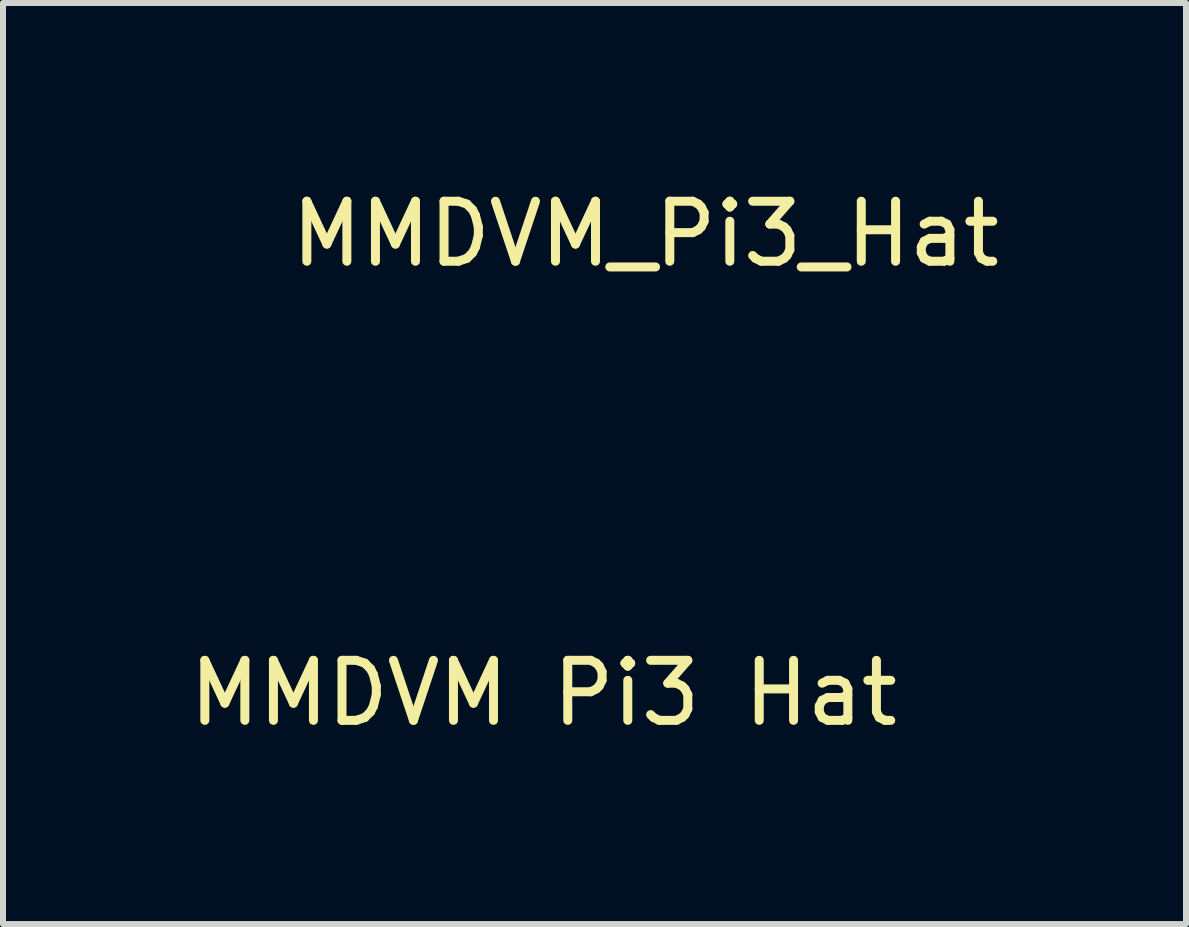
<source format=kicad_pcb>
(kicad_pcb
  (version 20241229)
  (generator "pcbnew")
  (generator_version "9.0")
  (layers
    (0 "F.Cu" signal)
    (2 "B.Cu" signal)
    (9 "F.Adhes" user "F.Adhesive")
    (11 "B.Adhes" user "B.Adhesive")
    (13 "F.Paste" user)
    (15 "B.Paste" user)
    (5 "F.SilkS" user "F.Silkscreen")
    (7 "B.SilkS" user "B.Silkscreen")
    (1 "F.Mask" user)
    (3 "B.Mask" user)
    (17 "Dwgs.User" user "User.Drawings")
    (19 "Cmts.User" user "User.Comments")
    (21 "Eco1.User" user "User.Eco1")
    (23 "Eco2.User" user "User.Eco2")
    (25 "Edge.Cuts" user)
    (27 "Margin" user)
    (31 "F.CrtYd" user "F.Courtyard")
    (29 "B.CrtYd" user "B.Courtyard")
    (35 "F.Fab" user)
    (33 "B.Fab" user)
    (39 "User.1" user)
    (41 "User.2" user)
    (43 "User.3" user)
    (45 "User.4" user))
  (footprint "MMDVM_Pi3_Hat"
    (layer "F.Cu")
    (at 6.006 8.498)
    (property "Reference" "MMDVM_Pi3_Hat" (at 1.7 -7.65 0) (layer "F.SilkS") (effects (font (size 1 1) (thickness 0.15))))
    (attr through_hole)
    (fp_text user "MMDVM Pi3 Hat" (at 0 0 0) (layer "F.SilkS") (effects (font (size 1 1) (thickness 0.15)))))
  (gr_rect
    (start -3 -3)
    (end 16.712 12.347)
    (stroke (width 0.1) (type default))
    (fill no)
    (layer "Edge.Cuts")))
</source>
